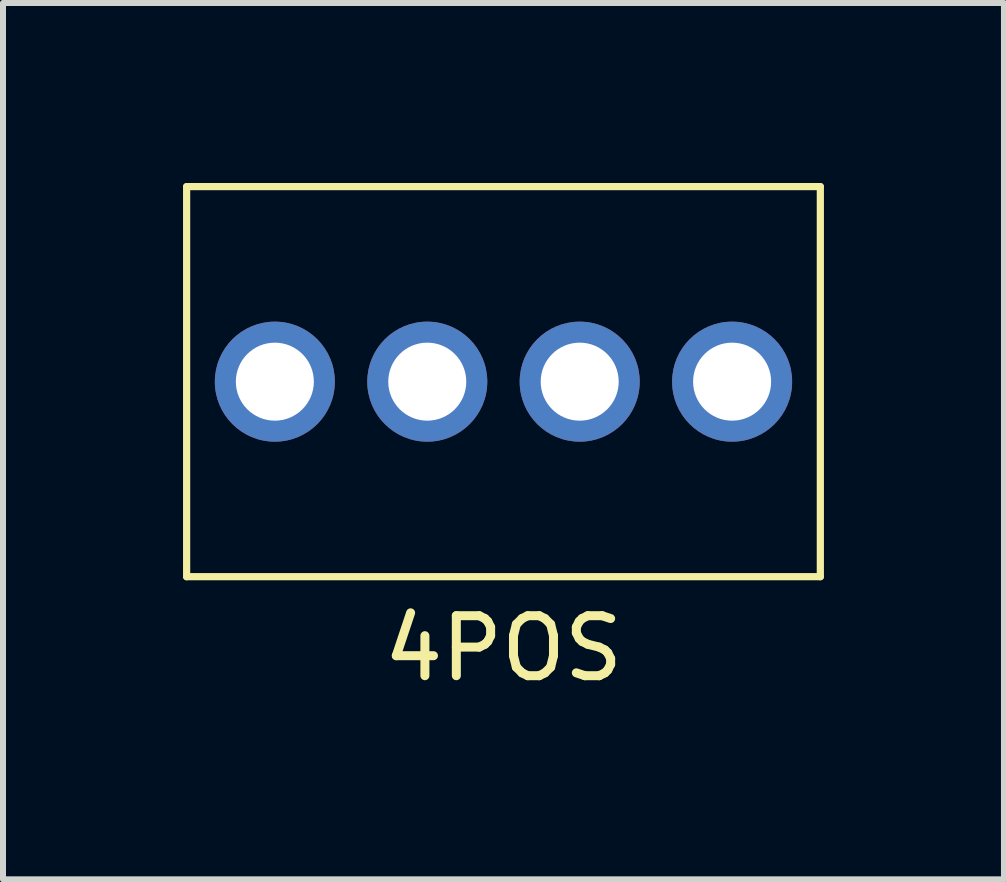
<source format=kicad_pcb>
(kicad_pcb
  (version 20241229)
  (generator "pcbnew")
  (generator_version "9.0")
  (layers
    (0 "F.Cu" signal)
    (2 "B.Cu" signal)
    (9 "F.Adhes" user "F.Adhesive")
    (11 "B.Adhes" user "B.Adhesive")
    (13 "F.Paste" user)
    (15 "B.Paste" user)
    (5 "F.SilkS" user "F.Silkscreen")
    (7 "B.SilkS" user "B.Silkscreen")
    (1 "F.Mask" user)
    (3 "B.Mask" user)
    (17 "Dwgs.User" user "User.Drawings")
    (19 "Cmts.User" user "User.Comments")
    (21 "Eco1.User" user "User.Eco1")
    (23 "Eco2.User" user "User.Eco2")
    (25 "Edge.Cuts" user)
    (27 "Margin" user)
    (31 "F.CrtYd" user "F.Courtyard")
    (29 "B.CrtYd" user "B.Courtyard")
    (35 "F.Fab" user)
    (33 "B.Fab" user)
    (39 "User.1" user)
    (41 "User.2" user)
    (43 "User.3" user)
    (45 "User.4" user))
  (footprint "4POS"
    (layer "F.Cu")
    (at 5.34 3.31)
    (property "Reference" "4POS" (at 0 4.445 0) (layer "F.SilkS") (effects (font (size 1 1) (thickness 0.15))))
    (attr through_hole)
    (fp_line (start -5.28 -3.25) (end 5.28 -3.25) (stroke (width 0.12) (type solid)) (layer "F.SilkS"))
    (fp_line (start -5.28 3.25) (end -5.28 -3.25) (stroke (width 0.12) (type solid)) (layer "F.SilkS"))
    (fp_line (start -5.28 3.25) (end 5.28 3.25) (stroke (width 0.12) (type solid)) (layer "F.SilkS"))
    (fp_line (start 5.28 -3.25) (end 5.28 3.25) (stroke (width 0.12) (type solid)) (layer "F.SilkS"))
    (pad "1" thru_hole circle (at -3.81 0) (size 2 2) (drill 1.3) (layers "*.Cu" "*.Mask"))
    (pad "2" thru_hole circle (at -1.27 0) (size 2 2) (drill 1.3) (layers "*.Cu" "*.Mask"))
    (pad "3" thru_hole circle (at 1.27 0) (size 2 2) (drill 1.3) (layers "*.Cu" "*.Mask"))
    (pad "4" thru_hole circle (at 3.81 0) (size 2 2) (drill 1.3) (layers "*.Cu" "*.Mask")))
  (gr_rect
    (start -3 -3)
    (end 13.68 11.603)
    (stroke (width 0.1) (type default))
    (fill no)
    (layer "Edge.Cuts")))
</source>
